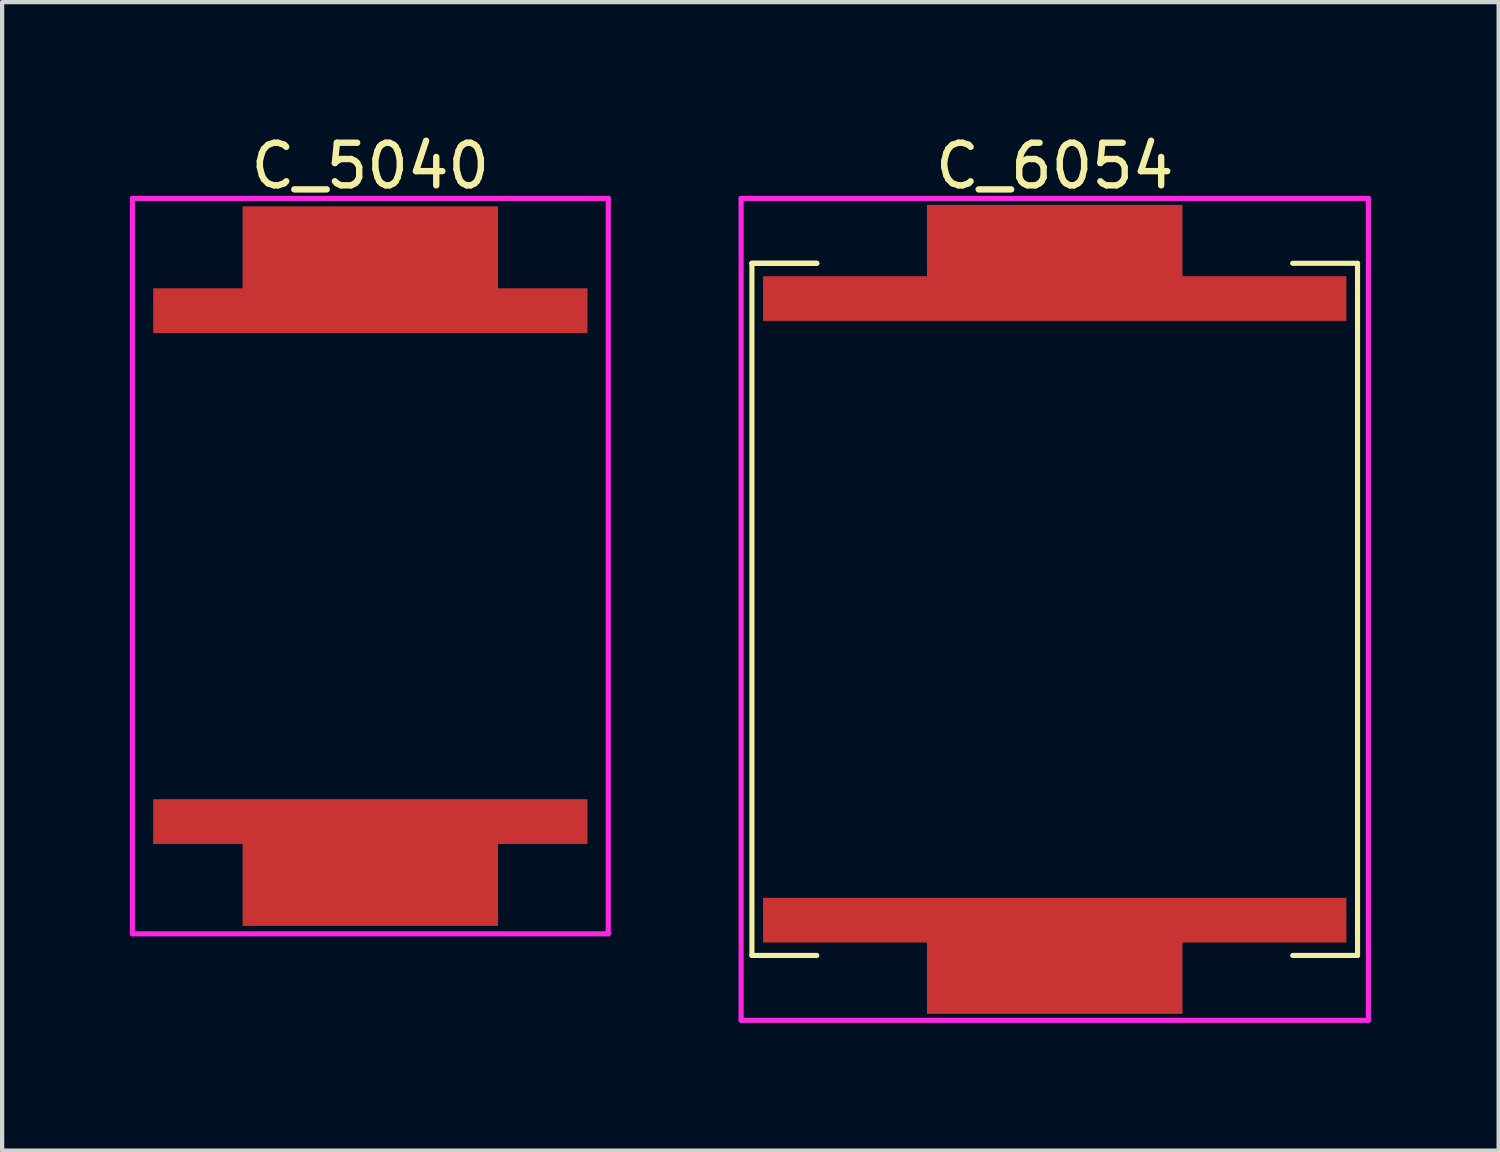
<source format=kicad_pcb>
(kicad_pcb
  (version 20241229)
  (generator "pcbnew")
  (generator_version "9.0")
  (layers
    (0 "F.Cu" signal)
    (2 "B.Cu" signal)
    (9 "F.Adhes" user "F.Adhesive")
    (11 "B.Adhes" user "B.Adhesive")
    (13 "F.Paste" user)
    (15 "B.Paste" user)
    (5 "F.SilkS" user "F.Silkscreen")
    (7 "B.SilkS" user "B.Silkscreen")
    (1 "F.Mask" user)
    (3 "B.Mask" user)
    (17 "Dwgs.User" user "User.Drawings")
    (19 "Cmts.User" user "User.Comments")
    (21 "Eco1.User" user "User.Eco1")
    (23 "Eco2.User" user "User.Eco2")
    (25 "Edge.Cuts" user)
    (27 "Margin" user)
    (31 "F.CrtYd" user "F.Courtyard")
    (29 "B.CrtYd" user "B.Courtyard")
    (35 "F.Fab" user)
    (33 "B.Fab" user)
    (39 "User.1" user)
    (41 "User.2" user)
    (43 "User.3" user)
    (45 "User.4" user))
  (footprint "C_6054"
    (layer "F.Cu")
    (at 21.722 11.262)
    (property "Reference" "C_6054" (at 0 -10.414 0) (layer "F.SilkS") (effects (font (size 1 1) (thickness 0.15))))
    (attr through_hole)
    (fp_line (start -7.112 -8.128) (end -7.112 8.128) (stroke (width 0.12) (type solid)) (layer "F.SilkS"))
    (fp_line (start -7.112 -8.128) (end -5.588 -8.128) (stroke (width 0.12) (type solid)) (layer "F.SilkS"))
    (fp_line (start -7.112 8.128) (end -5.588 8.128) (stroke (width 0.12) (type solid)) (layer "F.SilkS"))
    (fp_line (start -5.588 -8.128) (end -7.112 -8.128) (stroke (width 0.12) (type solid)) (layer "F.SilkS"))
    (fp_line (start 5.588 -8.128) (end 7.112 -8.128) (stroke (width 0.12) (type solid)) (layer "F.SilkS"))
    (fp_line (start 7.112 -8.128) (end 7.112 8.128) (stroke (width 0.12) (type solid)) (layer "F.SilkS"))
    (fp_line (start 7.112 8.128) (end 5.588 8.128) (stroke (width 0.12) (type solid)) (layer "F.SilkS"))
    (fp_line (start -7.366 -9.652) (end -7.366 9.652) (stroke (width 0.12) (type solid)) (layer "F.CrtYd"))
    (fp_line (start -7.366 9.652) (end 7.366 9.652) (stroke (width 0.12) (type solid)) (layer "F.CrtYd"))
    (fp_line (start 7.366 -9.652) (end -7.366 -9.652) (stroke (width 0.12) (type solid)) (layer "F.CrtYd"))
    (fp_line (start 7.366 9.652) (end 7.366 -9.652) (stroke (width 0.12) (type solid)) (layer "F.CrtYd"))
    (pad "1" smd rect (at 0 7.3) (size 13.7 1.05) (layers "F.Cu" "F.Mask" "F.Paste"))
    (pad "1" smd rect (at 0 8.25) (size 6 2.5) (layers "F.Cu" "F.Mask" "F.Paste"))
    (pad "2" smd rect (at 0 -8.25) (size 6 2.5) (layers "F.Cu" "F.Mask" "F.Paste"))
    (pad "2" smd rect (at 0 -7.3) (size 13.7 1.05) (layers "F.Cu" "F.Mask" "F.Paste")))
  (footprint "C_5040"
    (layer "F.Cu")
    (at 5.648 10.246)
    (property "Reference" "C_5040" (at 0 -9.398 0) (layer "F.SilkS") (effects (font (size 1 1) (thickness 0.15))))
    (attr through_hole)
    (fp_line (start -5.334 -6.858) (end -4.064 -6.858) (stroke (width 0.12) (type solid)) (layer "B.Paste"))
    (fp_line (start -5.334 6.858) (end -5.334 -6.858) (stroke (width 0.12) (type solid)) (layer "B.Paste"))
    (fp_line (start -4.318 6.858) (end -5.334 6.858) (stroke (width 0.12) (type solid)) (layer "B.Paste"))
    (fp_line (start 4.064 -6.858) (end 5.334 -6.858) (stroke (width 0.12) (type solid)) (layer "B.Paste"))
    (fp_line (start 5.334 -6.858) (end 5.334 6.858) (stroke (width 0.12) (type solid)) (layer "B.Paste"))
    (fp_line (start 5.334 6.858) (end 4.064 6.858) (stroke (width 0.12) (type solid)) (layer "B.Paste"))
    (fp_line (start -5.588 -8.636) (end -5.588 8.636) (stroke (width 0.12) (type solid)) (layer "F.CrtYd"))
    (fp_line (start -5.588 8.636) (end 5.588 8.636) (stroke (width 0.12) (type solid)) (layer "F.CrtYd"))
    (fp_line (start 5.588 -8.636) (end -5.588 -8.636) (stroke (width 0.12) (type solid)) (layer "F.CrtYd"))
    (fp_line (start 5.588 8.636) (end 5.588 -8.636) (stroke (width 0.12) (type solid)) (layer "F.CrtYd"))
    (pad "1" smd rect (at 0 6) (size 10.2 1.05) (layers "F.Cu" "F.Mask" "F.Paste"))
    (pad "1" smd rect (at 0 7.2) (size 6 2.5) (layers "F.Cu" "F.Mask" "F.Paste"))
    (pad "2" smd rect (at 0 -7.2) (size 6 2.5) (layers "F.Cu" "F.Mask" "F.Paste"))
    (pad "2" smd rect (at 0 -6) (size 10.2 1.05) (layers "F.Cu" "F.Mask" "F.Paste")))
  (gr_rect
    (start -3 -3)
    (end 32.148 23.974)
    (stroke (width 0.1) (type default))
    (fill no)
    (layer "Edge.Cuts")))
</source>
